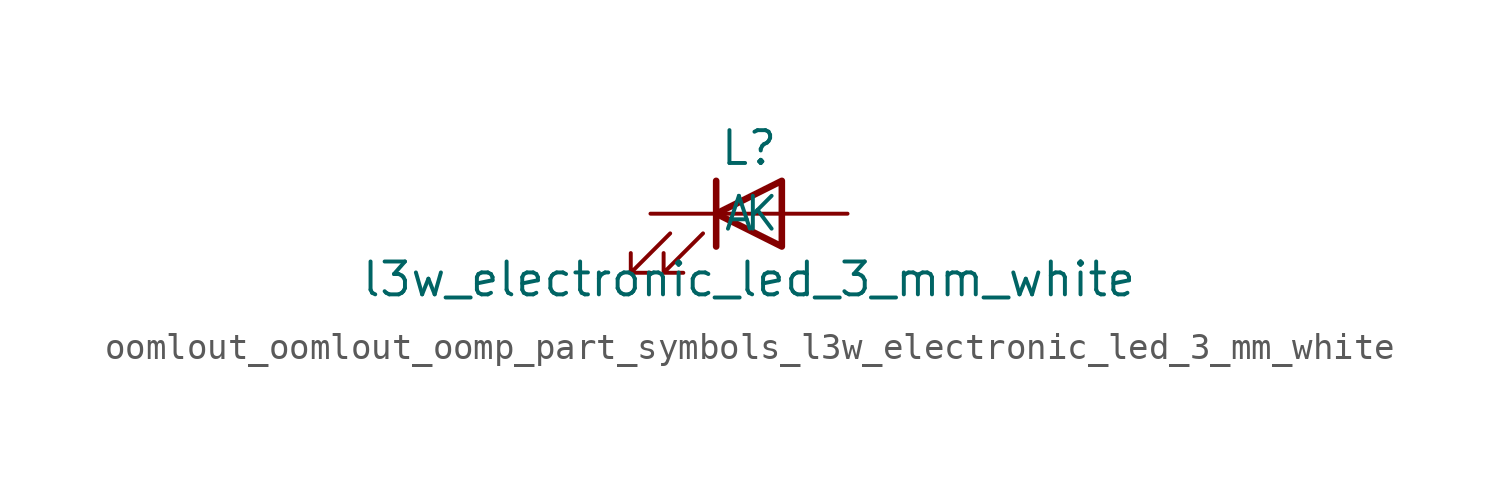
<source format=kicad_sym>
(kicad_symbol_lib
  (version 20220914)
  (generator kicad_symbol_editor)
  (symbol "oomlout_oomlout_oomp_part_symbols_l3w_electronic_led_3_mm_white"
    (pin_numbers hide)
    (pin_names
      (offset 1.016))
    (property "Reference" "L"
      (at 0 2.54 0)
      (effects (font (size 1.27 1.27))))
    (property "Value" "l3w_electronic_led_3_mm_white"
      (at 0 -2.54 0)
      (effects (font (size 1.27 1.27))))
    (symbol "oomlout_oomlout_oomp_part_symbols_l3w_electronic_led_3_mm_white_0_1"
      (polyline (pts (xy -1.27 -1.27) (xy -1.27 1.27)) (stroke (width 0.254) (type default)) (fill (type none)))
      (polyline (pts (xy -1.27 0) (xy 1.27 0)) (stroke (width 0) (type default)) (fill (type none)))
      (polyline (pts (xy 1.27 -1.27) (xy 1.27 1.27) (xy -1.27 0) (xy 1.27 -1.27)) (stroke (width 0.254) (type default)) (fill (type none)))
      (polyline (pts (xy -3.048 -0.762) (xy -4.572 -2.286) (xy -3.81 -2.286) (xy -4.572 -2.286) (xy -4.572 -1.524)) (stroke (width 0) (type default)) (fill (type none)))
      (polyline (pts (xy -1.778 -0.762) (xy -3.302 -2.286) (xy -2.54 -2.286) (xy -3.302 -2.286) (xy -3.302 -1.524)) (stroke (width 0) (type default)) (fill (type none))))
    (symbol "oomlout_oomlout_oomp_part_symbols_l3w_electronic_led_3_mm_white_1_1"
      (pin passive line (at -3.81 0 0) (length 2.54) (name "K" (effects (font (size 1.27 1.27)))) (number "1" (effects (font (size 1.27 1.27)))))
      (pin passive line (at 3.81 0 180) (length 2.54) (name "A" (effects (font (size 1.27 1.27)))) (number "2" (effects (font (size 1.27 1.27))))))))
</source>
